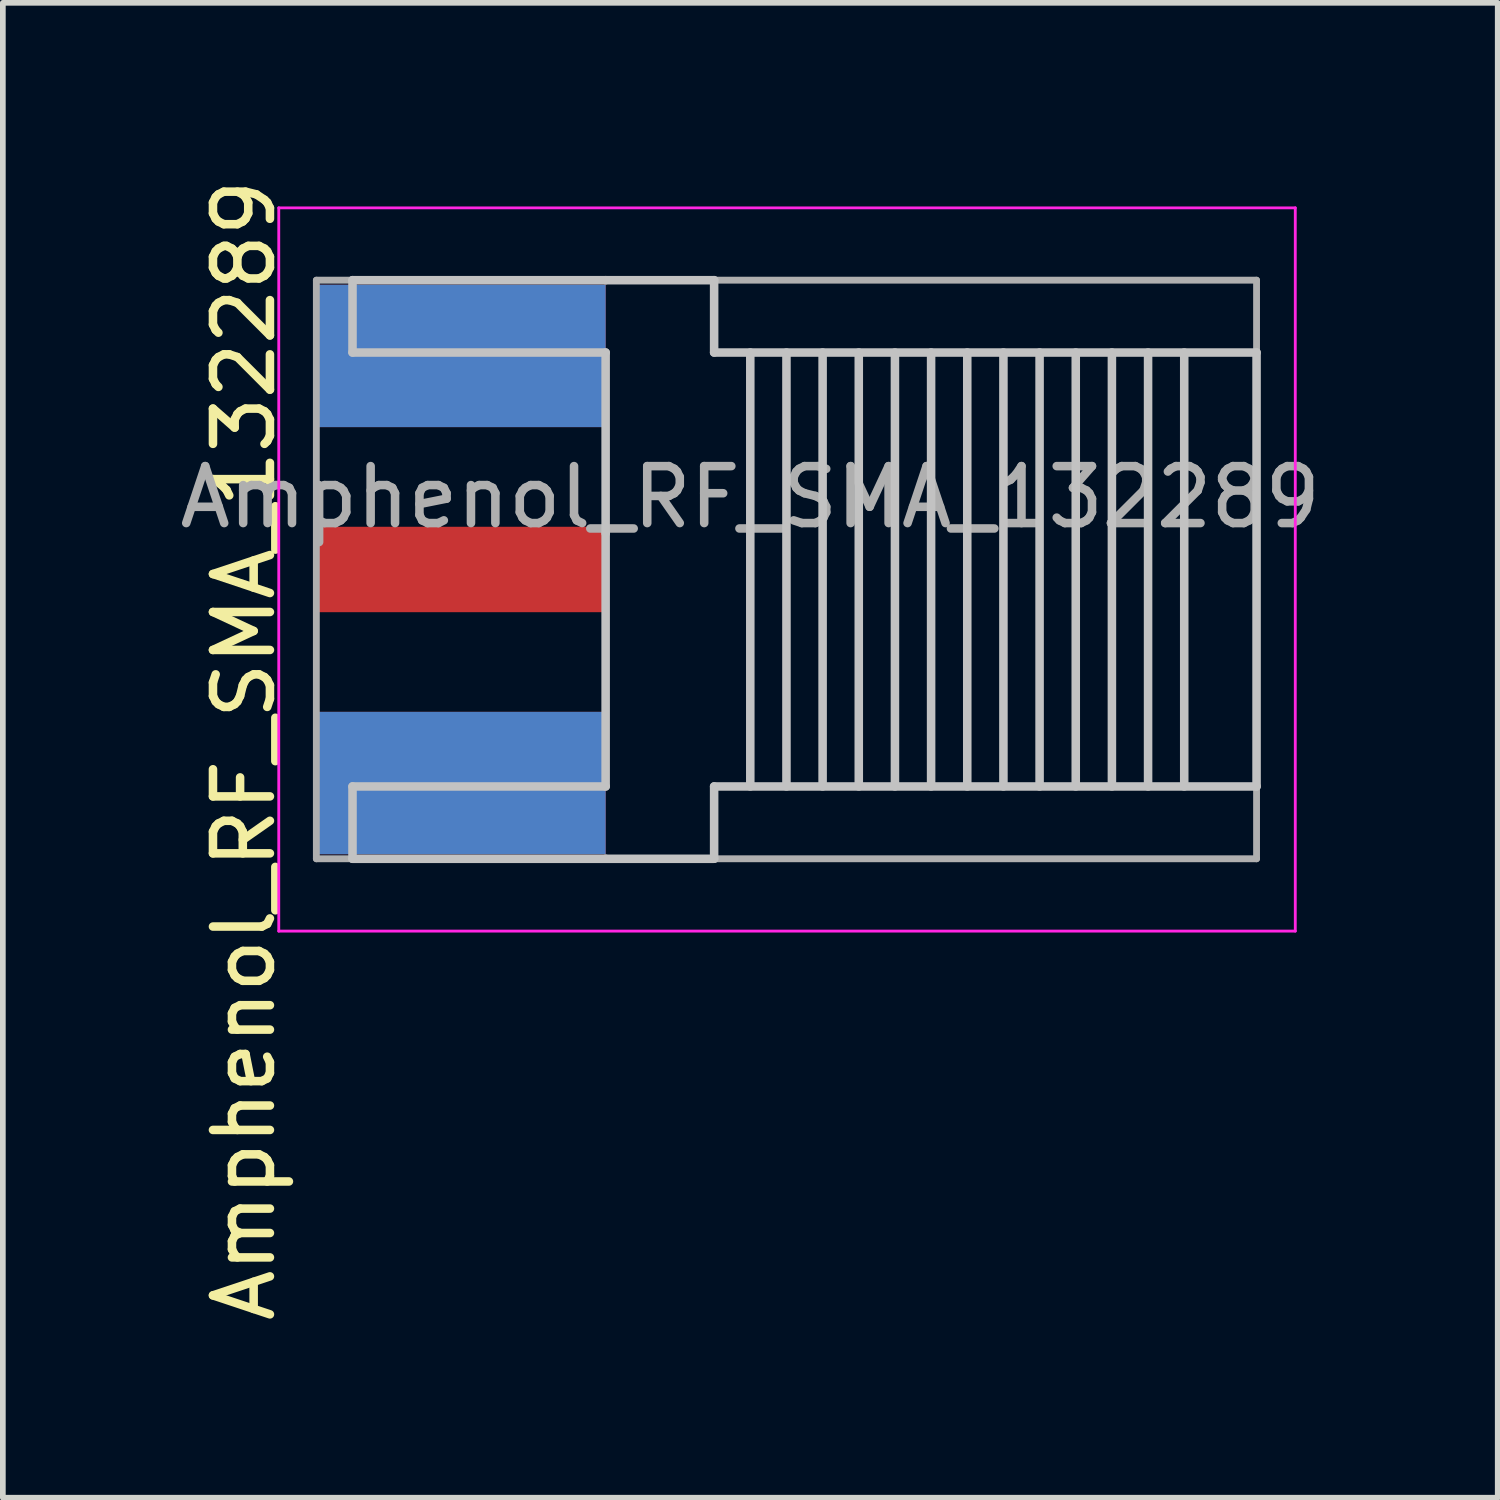
<source format=kicad_pcb>
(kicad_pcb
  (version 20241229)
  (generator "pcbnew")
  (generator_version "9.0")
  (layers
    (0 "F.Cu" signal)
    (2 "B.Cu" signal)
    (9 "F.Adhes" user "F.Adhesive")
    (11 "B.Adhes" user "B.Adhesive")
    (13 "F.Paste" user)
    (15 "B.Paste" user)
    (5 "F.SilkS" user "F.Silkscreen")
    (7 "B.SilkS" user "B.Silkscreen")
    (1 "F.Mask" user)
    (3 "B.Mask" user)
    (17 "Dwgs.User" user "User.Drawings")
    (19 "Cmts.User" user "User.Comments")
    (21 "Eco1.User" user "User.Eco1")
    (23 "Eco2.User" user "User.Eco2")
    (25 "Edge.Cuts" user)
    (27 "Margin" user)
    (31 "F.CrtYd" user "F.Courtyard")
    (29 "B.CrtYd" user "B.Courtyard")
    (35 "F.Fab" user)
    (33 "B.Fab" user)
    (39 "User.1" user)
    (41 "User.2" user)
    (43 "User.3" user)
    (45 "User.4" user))
  (footprint "Amphenol_RF_SMA_132289"
    (layer "F.Cu")
    (at 5.045 6.95)
    (property "Reference" "Amphenol_RF_SMA_132289" (at -3.81 3.175 270) (layer "F.SilkS") (effects (font (size 1 1) (thickness 0.15))))
    (attr smd)
    (fp_line (start -1.905 -5.08) (end -1.905 -3.81) (stroke (width 0.15) (type solid)) (layer "Dwgs.User"))
    (fp_line (start -1.905 -3.81) (end 2.54 -3.81) (stroke (width 0.15) (type solid)) (layer "Dwgs.User"))
    (fp_line (start -1.905 3.81) (end -1.905 5.08) (stroke (width 0.15) (type solid)) (layer "Dwgs.User"))
    (fp_line (start -1.905 5.08) (end 2.54 5.08) (stroke (width 0.15) (type solid)) (layer "Dwgs.User"))
    (fp_line (start 2.54 -5.08) (end -1.905 -5.08) (stroke (width 0.15) (type solid)) (layer "Dwgs.User"))
    (fp_line (start 2.54 -5.08) (end 4.445 -5.08) (stroke (width 0.15) (type solid)) (layer "Dwgs.User"))
    (fp_line (start 2.54 -3.81) (end 2.54 -0.635) (stroke (width 0.15) (type solid)) (layer "Dwgs.User"))
    (fp_line (start 2.54 -0.635) (end 2.54 3.81) (stroke (width 0.15) (type solid)) (layer "Dwgs.User"))
    (fp_line (start 2.54 3.81) (end -1.905 3.81) (stroke (width 0.15) (type solid)) (layer "Dwgs.User"))
    (fp_line (start 2.54 5.08) (end 4.445 5.08) (stroke (width 0.15) (type solid)) (layer "Dwgs.User"))
    (fp_line (start 4.445 -3.81) (end 4.445 -5.08) (stroke (width 0.15) (type solid)) (layer "Dwgs.User"))
    (fp_line (start 4.445 -3.81) (end 13.97 -3.81) (stroke (width 0.15) (type solid)) (layer "Dwgs.User"))
    (fp_line (start 4.445 5.08) (end 4.445 3.81) (stroke (width 0.15) (type solid)) (layer "Dwgs.User"))
    (fp_line (start 5.08 3.81) (end 5.08 -3.81) (stroke (width 0.15) (type solid)) (layer "Dwgs.User"))
    (fp_line (start 5.715 -3.81) (end 5.715 3.81) (stroke (width 0.15) (type solid)) (layer "Dwgs.User"))
    (fp_line (start 6.35 -3.81) (end 6.35 3.81) (stroke (width 0.15) (type solid)) (layer "Dwgs.User"))
    (fp_line (start 6.985 -3.81) (end 6.985 3.81) (stroke (width 0.15) (type solid)) (layer "Dwgs.User"))
    (fp_line (start 7.62 -3.81) (end 7.62 3.81) (stroke (width 0.15) (type solid)) (layer "Dwgs.User"))
    (fp_line (start 8.255 3.81) (end 8.255 -3.81) (stroke (width 0.15) (type solid)) (layer "Dwgs.User"))
    (fp_line (start 8.89 -3.81) (end 8.89 3.81) (stroke (width 0.15) (type solid)) (layer "Dwgs.User"))
    (fp_line (start 9.525 3.81) (end 9.525 -3.81) (stroke (width 0.15) (type solid)) (layer "Dwgs.User"))
    (fp_line (start 10.16 -3.81) (end 10.16 3.81) (stroke (width 0.15) (type solid)) (layer "Dwgs.User"))
    (fp_line (start 10.795 3.81) (end 10.795 -3.81) (stroke (width 0.15) (type solid)) (layer "Dwgs.User"))
    (fp_line (start 11.43 -3.81) (end 11.43 3.81) (stroke (width 0.15) (type solid)) (layer "Dwgs.User"))
    (fp_line (start 12.065 3.81) (end 12.065 -3.81) (stroke (width 0.15) (type solid)) (layer "Dwgs.User"))
    (fp_line (start 12.7 -3.81) (end 12.7 3.81) (stroke (width 0.15) (type solid)) (layer "Dwgs.User"))
    (fp_line (start 13.97 -3.81) (end 13.97 3.81) (stroke (width 0.15) (type solid)) (layer "Dwgs.User"))
    (fp_line (start 13.97 3.81) (end 4.445 3.81) (stroke (width 0.15) (type solid)) (layer "Dwgs.User"))
    (fp_line (start -3.2 6.35) (end -3.2 -6.35) (stroke (width 0.05) (type solid)) (layer "F.CrtYd"))
    (fp_line (start 14.65 -6.35) (end -3.2 -6.35) (stroke (width 0.05) (type solid)) (layer "F.CrtYd"))
    (fp_line (start 14.65 -6.35) (end 14.65 6.35) (stroke (width 0.05) (type solid)) (layer "F.CrtYd"))
    (fp_line (start 14.65 6.35) (end -3.2 6.35) (stroke (width 0.05) (type solid)) (layer "F.CrtYd"))
    (fp_line (start -2.54 -5.08) (end 13.97 -5.08) (stroke (width 0.12) (type solid)) (layer "F.Fab"))
    (fp_line (start -2.54 5.08) (end -2.54 -5.08) (stroke (width 0.12) (type solid)) (layer "F.Fab"))
    (fp_line (start 13.97 -5.08) (end 13.97 5.08) (stroke (width 0.12) (type solid)) (layer "F.Fab"))
    (fp_line (start 13.97 5.08) (end -2.54 5.08) (stroke (width 0.12) (type solid)) (layer "F.Fab"))
    (fp_text user "${REFERENCE}" (at 5.08 -1.27 0) (layer "F.Fab") (effects (font (size 1 1) (thickness 0.15))))
    (pad "1" smd rect (at 0 0 90) (size 1.5 5.08) (layers "F.Cu" "F.Mask" "F.Paste"))
    (pad "2" smd rect (at 0 -3.75 90) (size 2.5 5.08) (layers "F.Cu" "F.Mask" "F.Paste"))
    (pad "2" smd rect (at 0 -3.75 90) (size 2.5 5.08) (layers "B.Cu" "B.Mask" "B.Paste"))
    (pad "2" smd rect (at 0 3.75 90) (size 2.5 5.08) (layers "F.Cu" "F.Mask" "F.Paste"))
    (pad "2" smd rect (at 0 3.75 90) (size 2.5 5.08) (layers "B.Cu" "B.Mask" "B.Paste")))
  (gr_rect
    (start -3 -3)
    (end 23.25 23.25)
    (stroke (width 0.1) (type default))
    (fill no)
    (layer "Edge.Cuts")))
</source>
